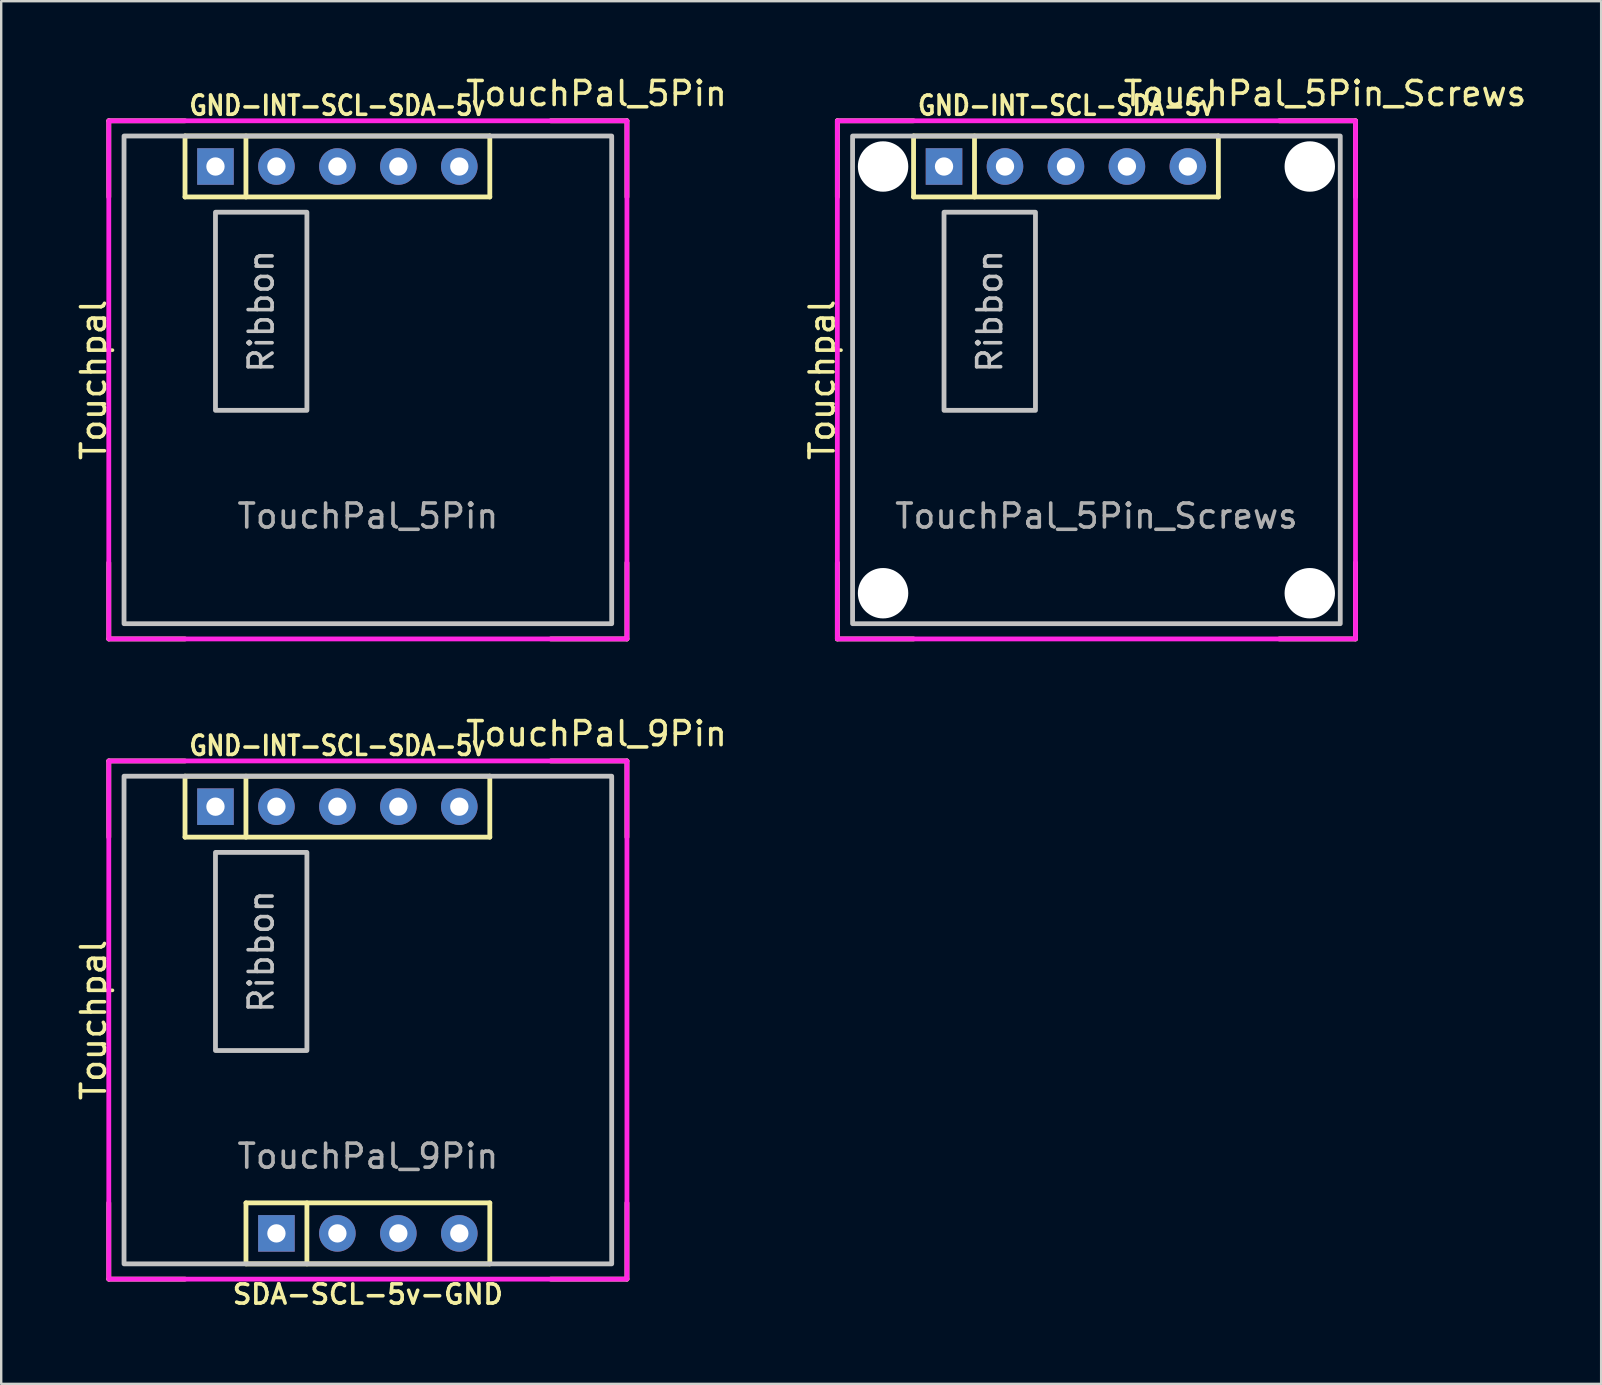
<source format=kicad_pcb>
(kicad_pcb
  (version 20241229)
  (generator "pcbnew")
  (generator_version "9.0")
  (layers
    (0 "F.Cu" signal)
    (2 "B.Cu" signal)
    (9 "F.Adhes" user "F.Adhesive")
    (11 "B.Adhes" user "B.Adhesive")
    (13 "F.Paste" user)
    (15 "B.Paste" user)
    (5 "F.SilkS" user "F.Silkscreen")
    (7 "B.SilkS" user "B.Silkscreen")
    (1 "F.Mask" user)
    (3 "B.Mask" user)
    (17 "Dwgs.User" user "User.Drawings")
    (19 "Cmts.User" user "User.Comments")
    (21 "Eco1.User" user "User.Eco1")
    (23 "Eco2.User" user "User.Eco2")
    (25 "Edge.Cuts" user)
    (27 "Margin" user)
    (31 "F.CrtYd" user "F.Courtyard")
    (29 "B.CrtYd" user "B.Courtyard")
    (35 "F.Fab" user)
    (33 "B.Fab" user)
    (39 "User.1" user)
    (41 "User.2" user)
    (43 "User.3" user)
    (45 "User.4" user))
  (footprint "TouchPal_5Pin_Screws"
    (layer "F.Cu")
    (at 42.635 12.778)
    (property "Reference" "TouchPal_5Pin_Screws" (at 9.525 -11.93 0) (unlocked yes) (layer "F.SilkS") (effects (font (size 1 1) (thickness 0.15))))
    (attr through_hole)
    (fp_line (start -10.795 -10.795) (end -10.795 -7.62) (stroke (width 0.2) (type solid)) (layer "F.SilkS"))
    (fp_line (start -10.795 10.795) (end -10.795 7.619) (stroke (width 0.2) (type solid)) (layer "F.SilkS"))
    (fp_line (start -7.62 -10.795) (end -10.795 -10.795) (stroke (width 0.2) (type solid)) (layer "F.SilkS"))
    (fp_line (start -7.62 10.795) (end -10.795 10.795) (stroke (width 0.2) (type solid)) (layer "F.SilkS"))
    (fp_line (start -7.619 -10.161) (end -7.619 -7.621) (stroke (width 0.2) (type solid)) (layer "F.SilkS"))
    (fp_line (start -7.619 -7.621) (end 5.081 -7.621) (stroke (width 0.2) (type solid)) (layer "F.SilkS"))
    (fp_line (start -5.08 -7.62) (end -5.08 -10.16) (stroke (width 0.2) (type solid)) (layer "F.SilkS"))
    (fp_line (start 5.081 -10.161) (end -7.619 -10.161) (stroke (width 0.2) (type solid)) (layer "F.SilkS"))
    (fp_line (start 5.081 -7.621) (end 5.081 -10.161) (stroke (width 0.2) (type solid)) (layer "F.SilkS"))
    (fp_line (start 7.62 -10.795) (end 10.795 -10.795) (stroke (width 0.2) (type solid)) (layer "F.SilkS"))
    (fp_line (start 10.795 -10.795) (end 10.795 -7.62) (stroke (width 0.2) (type solid)) (layer "F.SilkS"))
    (fp_line (start 10.795 7.619) (end 10.795 10.795) (stroke (width 0.2) (type solid)) (layer "F.SilkS"))
    (fp_line (start 10.795 10.795) (end 7.62 10.795) (stroke (width 0.2) (type solid)) (layer "F.SilkS"))
    (fp_rect (start -10.16 -10.16) (end 10.16 10.16) (stroke (width 0.2) (type solid)) (fill no) (layer "Dwgs.User"))
    (fp_rect (start -6.35 -6.985) (end -2.54 1.27) (stroke (width 0.2) (type solid)) (fill no) (layer "Dwgs.User"))
    (fp_rect (start -10.795 -10.795) (end 10.795 10.795) (stroke (width 0.2) (type solid)) (fill no) (layer "F.CrtYd"))
    (fp_text user "GND-INT-SCL-SDA-5v" (at -1.27 -11.43 0) (unlocked yes) (layer "F.SilkS") (effects (font (size 0.8 0.7) (thickness 0.15))))
    (fp_text user "Touchpal" (at -11.43 0 90) (unlocked yes) (layer "F.SilkS") (effects (font (size 1 1) (thickness 0.15))))
    (fp_text user "Ribbon" (at -4.445 -2.857 90) (unlocked yes) (layer "Dwgs.User") (effects (font (size 1 1) (thickness 0.15))))
    (fp_text user "${REFERENCE}" (at 0 5.675 0) (unlocked yes) (layer "F.Fab") (effects (font (size 1 1) (thickness 0.15))))
    (pad "" np_thru_hole circle (at -8.89 -8.89) (size 2.1 2.1) (drill 2.1) (layers "*.Cu" "*.Mask"))
    (pad "" np_thru_hole circle (at -8.89 8.89) (size 2.1 2.1) (drill 2.1) (layers "*.Cu" "*.Mask"))
    (pad "" np_thru_hole circle (at 8.89 -8.89) (size 2.1 2.1) (drill 2.1) (layers "*.Cu" "*.Mask"))
    (pad "" np_thru_hole circle (at 8.89 8.89) (size 2.1 2.1) (drill 2.1) (layers "*.Cu" "*.Mask"))
    (pad "1" thru_hole rect (at -6.35 -8.89) (size 1.524 1.524) (drill 0.762) (layers "*.Cu" "*.Mask"))
    (pad "2" thru_hole circle (at -3.81 -8.89) (size 1.524 1.524) (drill 0.762) (layers "*.Cu" "*.Mask"))
    (pad "3" thru_hole circle (at -1.27 -8.89) (size 1.524 1.524) (drill 0.762) (layers "*.Cu" "*.Mask"))
    (pad "4" thru_hole circle (at 1.27 -8.89) (size 1.524 1.524) (drill 0.762) (layers "*.Cu" "*.Mask"))
    (pad "5" thru_hole circle (at 3.81 -8.89) (size 1.524 1.524) (drill 0.762) (layers "*.Cu" "*.Mask")))
  (footprint "TouchPal_5Pin"
    (layer "F.Cu")
    (at 12.278 12.778)
    (property "Reference" "TouchPal_5Pin" (at 9.525 -11.93 0) (unlocked yes) (layer "F.SilkS") (effects (font (size 1 1) (thickness 0.15))))
    (attr through_hole)
    (fp_line (start -10.795 -10.795) (end -10.795 -7.62) (stroke (width 0.2) (type solid)) (layer "F.SilkS"))
    (fp_line (start -10.795 10.795) (end -10.795 7.619) (stroke (width 0.2) (type solid)) (layer "F.SilkS"))
    (fp_line (start -7.62 -10.795) (end -10.795 -10.795) (stroke (width 0.2) (type solid)) (layer "F.SilkS"))
    (fp_line (start -7.62 10.795) (end -10.795 10.795) (stroke (width 0.2) (type solid)) (layer "F.SilkS"))
    (fp_line (start -7.619 -10.161) (end -7.619 -7.621) (stroke (width 0.2) (type solid)) (layer "F.SilkS"))
    (fp_line (start -7.619 -7.621) (end 5.081 -7.621) (stroke (width 0.2) (type solid)) (layer "F.SilkS"))
    (fp_line (start -5.08 -7.62) (end -5.08 -10.16) (stroke (width 0.2) (type solid)) (layer "F.SilkS"))
    (fp_line (start 5.081 -10.161) (end -7.619 -10.161) (stroke (width 0.2) (type solid)) (layer "F.SilkS"))
    (fp_line (start 5.081 -7.621) (end 5.081 -10.161) (stroke (width 0.2) (type solid)) (layer "F.SilkS"))
    (fp_line (start 7.62 -10.795) (end 10.795 -10.795) (stroke (width 0.2) (type solid)) (layer "F.SilkS"))
    (fp_line (start 10.795 -10.795) (end 10.795 -7.62) (stroke (width 0.2) (type solid)) (layer "F.SilkS"))
    (fp_line (start 10.795 7.619) (end 10.795 10.795) (stroke (width 0.2) (type solid)) (layer "F.SilkS"))
    (fp_line (start 10.795 10.795) (end 7.62 10.795) (stroke (width 0.2) (type solid)) (layer "F.SilkS"))
    (fp_rect (start -10.16 -10.16) (end 10.16 10.16) (stroke (width 0.2) (type solid)) (fill no) (layer "Dwgs.User"))
    (fp_rect (start -6.35 -6.985) (end -2.54 1.27) (stroke (width 0.2) (type solid)) (fill no) (layer "Dwgs.User"))
    (fp_rect (start -10.795 -10.795) (end 10.795 10.795) (stroke (width 0.2) (type solid)) (fill no) (layer "F.CrtYd"))
    (fp_text user "Touchpal" (at -11.43 0 90) (unlocked yes) (layer "F.SilkS") (effects (font (size 1 1) (thickness 0.15))))
    (fp_text user "GND-INT-SCL-SDA-5v" (at -1.27 -11.43 0) (unlocked yes) (layer "F.SilkS") (effects (font (size 0.8 0.7) (thickness 0.15))))
    (fp_text user "Ribbon" (at -4.445 -2.857 90) (unlocked yes) (layer "Dwgs.User") (effects (font (size 1 1) (thickness 0.15))))
    (fp_text user "${REFERENCE}" (at 0 5.675 0) (unlocked yes) (layer "F.Fab") (effects (font (size 1 1) (thickness 0.15))))
    (pad "1" thru_hole rect (at -6.35 -8.89) (size 1.524 1.524) (drill 0.762) (layers "*.Cu" "*.Mask"))
    (pad "2" thru_hole circle (at -3.81 -8.89) (size 1.524 1.524) (drill 0.762) (layers "*.Cu" "*.Mask"))
    (pad "3" thru_hole circle (at -1.27 -8.89) (size 1.524 1.524) (drill 0.762) (layers "*.Cu" "*.Mask"))
    (pad "4" thru_hole circle (at 1.27 -8.89) (size 1.524 1.524) (drill 0.762) (layers "*.Cu" "*.Mask"))
    (pad "5" thru_hole circle (at 3.81 -8.89) (size 1.524 1.524) (drill 0.762) (layers "*.Cu" "*.Mask")))
  (footprint "TouchPal_9Pin"
    (layer "F.Cu")
    (at 12.278 39.452)
    (property "Reference" "TouchPal_9Pin" (at 9.525 -11.93 0) (unlocked yes) (layer "F.SilkS") (effects (font (size 1 1) (thickness 0.15))))
    (attr through_hole)
    (fp_line (start -10.795 -10.795) (end -10.795 -7.62) (stroke (width 0.2) (type solid)) (layer "F.SilkS"))
    (fp_line (start -10.795 10.795) (end -10.795 7.619) (stroke (width 0.2) (type solid)) (layer "F.SilkS"))
    (fp_line (start -7.62 -10.795) (end -10.795 -10.795) (stroke (width 0.2) (type solid)) (layer "F.SilkS"))
    (fp_line (start -7.62 10.795) (end -10.795 10.795) (stroke (width 0.2) (type solid)) (layer "F.SilkS"))
    (fp_line (start -7.619 -10.161) (end -7.619 -7.621) (stroke (width 0.2) (type solid)) (layer "F.SilkS"))
    (fp_line (start -7.619 -7.621) (end 5.081 -7.621) (stroke (width 0.2) (type solid)) (layer "F.SilkS"))
    (fp_line (start -5.08 -7.62) (end -5.08 -10.16) (stroke (width 0.2) (type solid)) (layer "F.SilkS"))
    (fp_line (start -5.079 7.619) (end -5.079 10.159) (stroke (width 0.2) (type solid)) (layer "F.SilkS"))
    (fp_line (start -5.079 10.159) (end 5.081 10.159) (stroke (width 0.2) (type solid)) (layer "F.SilkS"))
    (fp_line (start -2.54 7.62) (end -2.54 10.16) (stroke (width 0.2) (type solid)) (layer "F.SilkS"))
    (fp_line (start 5.081 -10.161) (end -7.619 -10.161) (stroke (width 0.2) (type solid)) (layer "F.SilkS"))
    (fp_line (start 5.081 -7.621) (end 5.081 -10.161) (stroke (width 0.2) (type solid)) (layer "F.SilkS"))
    (fp_line (start 5.081 7.619) (end -5.079 7.619) (stroke (width 0.2) (type solid)) (layer "F.SilkS"))
    (fp_line (start 5.081 10.159) (end 5.081 7.619) (stroke (width 0.2) (type solid)) (layer "F.SilkS"))
    (fp_line (start 7.62 -10.795) (end 10.795 -10.795) (stroke (width 0.2) (type solid)) (layer "F.SilkS"))
    (fp_line (start 10.795 -10.795) (end 10.795 -7.62) (stroke (width 0.2) (type solid)) (layer "F.SilkS"))
    (fp_line (start 10.795 7.619) (end 10.795 10.795) (stroke (width 0.2) (type solid)) (layer "F.SilkS"))
    (fp_line (start 10.795 10.795) (end 7.62 10.795) (stroke (width 0.2) (type solid)) (layer "F.SilkS"))
    (fp_rect (start -10.16 -10.16) (end 10.16 10.16) (stroke (width 0.2) (type solid)) (fill no) (layer "Dwgs.User"))
    (fp_rect (start -6.35 -6.985) (end -2.54 1.27) (stroke (width 0.2) (type solid)) (fill no) (layer "Dwgs.User"))
    (fp_rect (start -10.795 -10.795) (end 10.795 10.795) (stroke (width 0.2) (type solid)) (fill no) (layer "F.CrtYd"))
    (fp_text user "GND-INT-SCL-SDA-5v" (at -1.27 -11.43 0) (unlocked yes) (layer "F.SilkS") (effects (font (size 0.8 0.7) (thickness 0.15))))
    (fp_text user "SDA-SCL-5v-GND" (at 0 11.43 0) (unlocked yes) (layer "F.SilkS") (effects (font (size 0.8 0.8) (thickness 0.15))))
    (fp_text user "Touchpal" (at -11.43 0 90) (unlocked yes) (layer "F.SilkS") (effects (font (size 1 1) (thickness 0.15))))
    (fp_text user "Ribbon" (at -4.445 -2.857 90) (unlocked yes) (layer "Dwgs.User") (effects (font (size 1 1) (thickness 0.15))))
    (fp_text user "${REFERENCE}" (at 0 5.675 0) (unlocked yes) (layer "F.Fab") (effects (font (size 1 1) (thickness 0.15))))
    (pad "1" thru_hole rect (at -3.81 8.89) (size 1.524 1.524) (drill 0.762) (layers "*.Cu" "*.Mask"))
    (pad "2" thru_hole circle (at -1.27 8.89) (size 1.524 1.524) (drill 0.762) (layers "*.Cu" "*.Mask"))
    (pad "3" thru_hole circle (at 1.27 8.89) (size 1.524 1.524) (drill 0.762) (layers "*.Cu" "*.Mask"))
    (pad "4" thru_hole circle (at 3.81 8.89) (size 1.524 1.524) (drill 0.762) (layers "*.Cu" "*.Mask"))
    (pad "5" thru_hole rect (at -6.35 -8.89) (size 1.524 1.524) (drill 0.762) (layers "*.Cu" "*.Mask"))
    (pad "6" thru_hole circle (at -3.81 -8.89) (size 1.524 1.524) (drill 0.762) (layers "*.Cu" "*.Mask"))
    (pad "7" thru_hole circle (at -1.27 -8.89) (size 1.524 1.524) (drill 0.762) (layers "*.Cu" "*.Mask"))
    (pad "8" thru_hole circle (at 1.27 -8.89) (size 1.524 1.524) (drill 0.762) (layers "*.Cu" "*.Mask"))
    (pad "9" thru_hole circle (at 3.81 -8.89) (size 1.524 1.524) (drill 0.762) (layers "*.Cu" "*.Mask")))
  (gr_rect
    (start -3 -3)
    (end 63.666 54.613)
    (stroke (width 0.1) (type default))
    (fill no)
    (layer "Edge.Cuts")))
</source>
